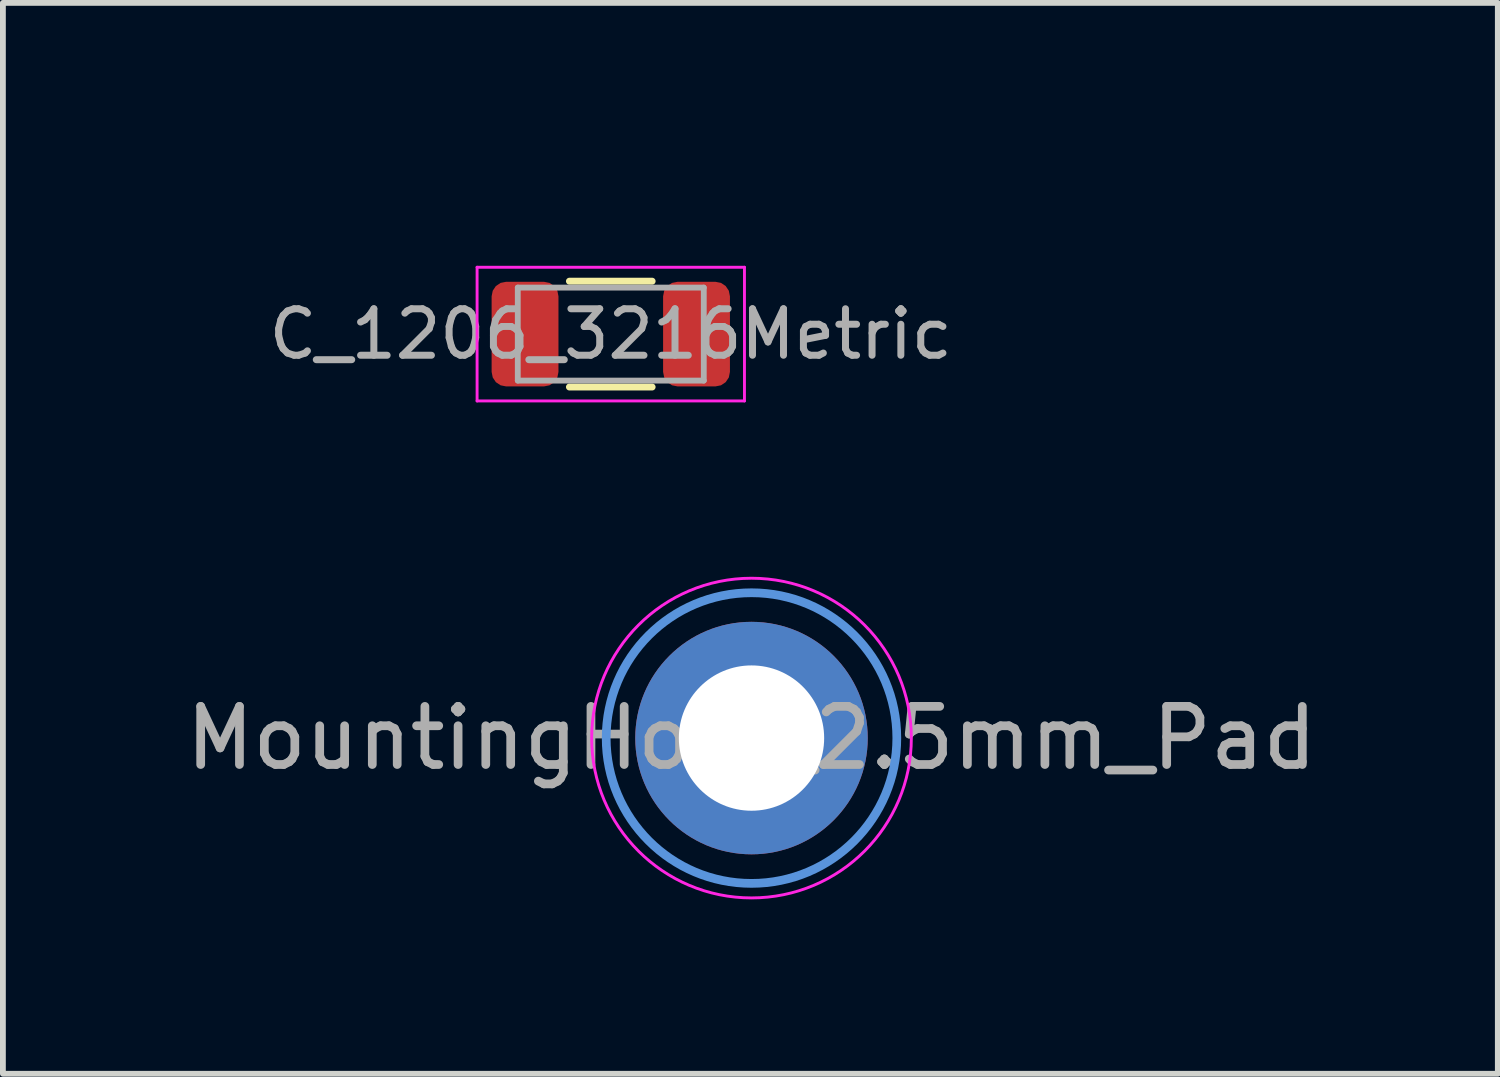
<source format=kicad_pcb>
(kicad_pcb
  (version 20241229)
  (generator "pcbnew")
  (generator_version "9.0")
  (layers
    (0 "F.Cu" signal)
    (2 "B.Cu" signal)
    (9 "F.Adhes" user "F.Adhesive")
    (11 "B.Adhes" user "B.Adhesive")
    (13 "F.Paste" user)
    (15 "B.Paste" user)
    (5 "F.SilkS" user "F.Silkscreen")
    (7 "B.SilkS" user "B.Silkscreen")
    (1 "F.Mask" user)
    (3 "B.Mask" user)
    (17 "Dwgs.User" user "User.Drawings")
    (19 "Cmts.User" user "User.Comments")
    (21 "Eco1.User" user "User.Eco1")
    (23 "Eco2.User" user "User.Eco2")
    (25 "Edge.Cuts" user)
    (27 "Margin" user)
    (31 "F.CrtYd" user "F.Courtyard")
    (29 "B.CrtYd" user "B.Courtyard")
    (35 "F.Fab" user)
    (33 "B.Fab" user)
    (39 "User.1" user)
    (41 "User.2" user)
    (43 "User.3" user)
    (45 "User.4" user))
  (footprint "MountingHole_2.5mm_Pad"
    (layer "F.Cu")
    (at 9.879 9.648)
    (property "Reference" "MountingHole_2.5mm_Pad" (at -0.04 0.13 0) (layer "User.1") (effects (font (size 1 1) (thickness 0.15))))
    (attr exclude_from_pos_files)
    (fp_circle (center 0 0) (end 2.5 0) (stroke (width 0.15) (type solid)) (fill no) (layer "Cmts.User"))
    (fp_circle (center 0 0) (end 2.75 0) (stroke (width 0.05) (type solid)) (fill no) (layer "F.CrtYd"))
    (fp_text user "${REFERENCE}" (at 0 0 0) (layer "F.Fab") (effects (font (size 1 1) (thickness 0.15))))
    (pad "1" thru_hole circle (at 0 0) (size 4 4) (drill 2.5) (layers "*.Cu" "*.Mask")))
  (footprint "C_1206_3216Metric"
    (layer "F.Cu")
    (at 7.458 2.698)
    (property "Reference" "C_1206_3216Metric" (at 0 -1.85 180) (layer "User.1") (effects (font (size 1 1) (thickness 0.15))))
    (attr smd)
    (fp_line (start -0.711 -0.91) (end 0.711 -0.91) (stroke (width 0.12) (type solid)) (layer "F.SilkS"))
    (fp_line (start -0.711 0.91) (end 0.711 0.91) (stroke (width 0.12) (type solid)) (layer "F.SilkS"))
    (fp_line (start -2.3 -1.15) (end 2.3 -1.15) (stroke (width 0.05) (type solid)) (layer "F.CrtYd"))
    (fp_line (start -2.3 1.15) (end -2.3 -1.15) (stroke (width 0.05) (type solid)) (layer "F.CrtYd"))
    (fp_line (start 2.3 -1.15) (end 2.3 1.15) (stroke (width 0.05) (type solid)) (layer "F.CrtYd"))
    (fp_line (start 2.3 1.15) (end -2.3 1.15) (stroke (width 0.05) (type solid)) (layer "F.CrtYd"))
    (fp_line (start -1.6 -0.8) (end 1.6 -0.8) (stroke (width 0.1) (type solid)) (layer "F.Fab"))
    (fp_line (start -1.6 0.8) (end -1.6 -0.8) (stroke (width 0.1) (type solid)) (layer "F.Fab"))
    (fp_line (start 1.6 -0.8) (end 1.6 0.8) (stroke (width 0.1) (type solid)) (layer "F.Fab"))
    (fp_line (start 1.6 0.8) (end -1.6 0.8) (stroke (width 0.1) (type solid)) (layer "F.Fab"))
    (fp_text user "${REFERENCE}" (at 0 0 180) (layer "F.Fab") (effects (font (size 0.8 0.8) (thickness 0.12))))
    (pad "1" smd roundrect (at -1.475 0) (size 1.15 1.8) (layers "F.Cu" "F.Mask" "F.Paste") (roundrect_rratio 0.217))
    (pad "2" smd roundrect (at 1.475 0) (size 1.15 1.8) (layers "F.Cu" "F.Mask" "F.Paste") (roundrect_rratio 0.217)))
  (gr_rect
    (start -3 -3)
    (end 22.719 15.423)
    (stroke (width 0.1) (type default))
    (fill no)
    (layer "Edge.Cuts")))
</source>
